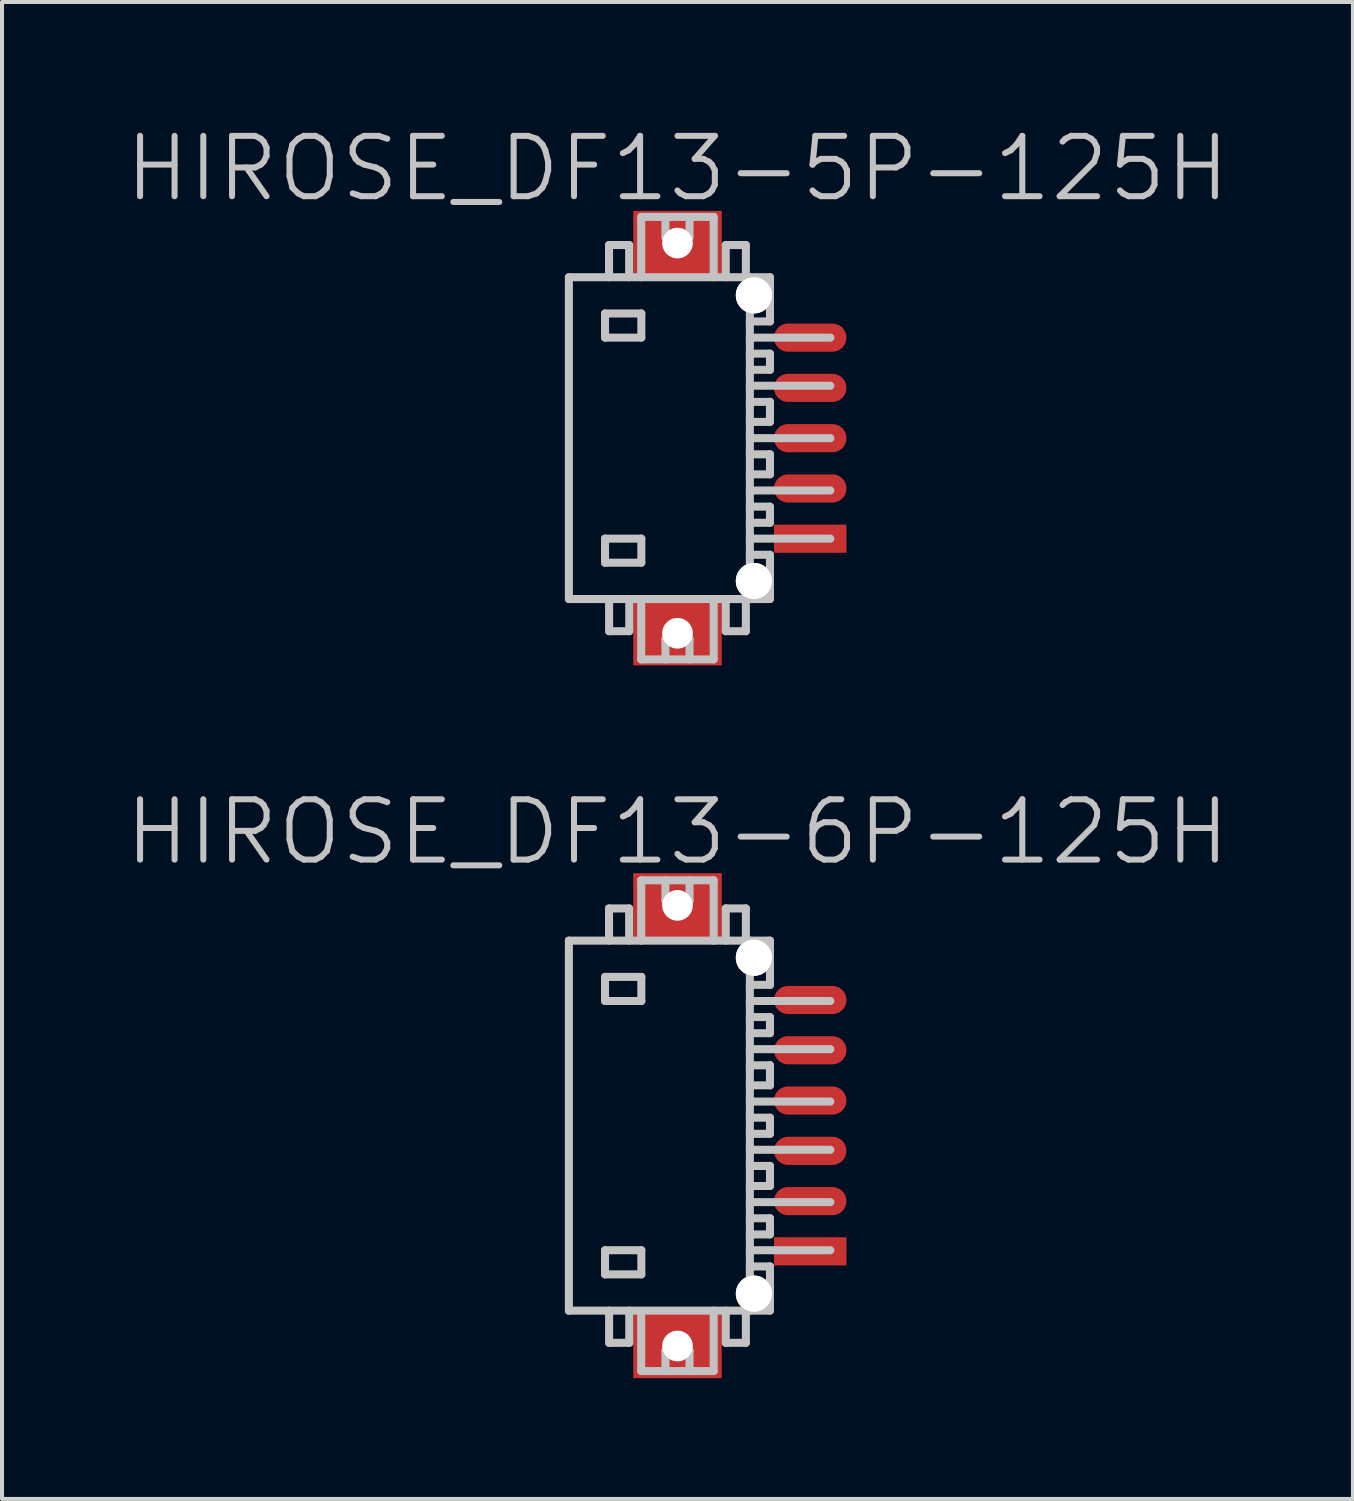
<source format=kicad_pcb>
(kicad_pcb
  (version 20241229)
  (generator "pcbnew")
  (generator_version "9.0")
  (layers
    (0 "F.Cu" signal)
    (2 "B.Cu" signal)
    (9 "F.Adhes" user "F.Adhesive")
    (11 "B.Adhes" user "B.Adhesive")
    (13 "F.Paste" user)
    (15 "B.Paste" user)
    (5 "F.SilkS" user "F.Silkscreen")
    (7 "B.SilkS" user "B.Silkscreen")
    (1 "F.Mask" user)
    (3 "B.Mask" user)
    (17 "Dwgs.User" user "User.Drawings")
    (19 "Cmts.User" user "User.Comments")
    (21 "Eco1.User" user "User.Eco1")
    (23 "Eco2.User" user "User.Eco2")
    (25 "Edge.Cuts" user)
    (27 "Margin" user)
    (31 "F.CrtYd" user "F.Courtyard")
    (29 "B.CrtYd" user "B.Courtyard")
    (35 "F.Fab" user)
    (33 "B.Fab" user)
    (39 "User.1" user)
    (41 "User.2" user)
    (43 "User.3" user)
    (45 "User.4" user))
  (footprint "HIROSE_DF13-6P-125H"
    (layer "F.Cu")
    (at 13.789 24.93)
    (property "Reference" "HIROSE_DF13-6P-125H" (at 0 -7.3 180) (layer "Dwgs.User") (effects (font (size 1.5 1.5) (thickness 0.15))))
    (attr smd)
    (fp_line (start -2.699 -4.6) (end -2.699 4.6) (stroke (width 0.2) (type solid)) (layer "Dwgs.User"))
    (fp_line (start -2.699 -4.6) (end 2.299 -4.6) (stroke (width 0.2) (type solid)) (layer "Dwgs.User"))
    (fp_line (start -1.8 -3.698) (end -1.8 -3.099) (stroke (width 0.2) (type solid)) (layer "Dwgs.User"))
    (fp_line (start -1.8 -3.099) (end -0.898 -3.099) (stroke (width 0.2) (type solid)) (layer "Dwgs.User"))
    (fp_line (start -1.8 3.096) (end -0.898 3.096) (stroke (width 0.2) (type solid)) (layer "Dwgs.User"))
    (fp_line (start -1.8 3.696) (end -1.8 3.096) (stroke (width 0.2) (type solid)) (layer "Dwgs.User"))
    (fp_line (start -1.701 -5.4) (end -1.701 -4.6) (stroke (width 0.2) (type solid)) (layer "Dwgs.User"))
    (fp_line (start -1.699 5.397) (end -1.699 4.597) (stroke (width 0.2) (type solid)) (layer "Dwgs.User"))
    (fp_line (start -1.201 -5.4) (end -1.701 -5.4) (stroke (width 0.2) (type solid)) (layer "Dwgs.User"))
    (fp_line (start -1.201 -4.6) (end -1.201 -5.4) (stroke (width 0.2) (type solid)) (layer "Dwgs.User"))
    (fp_line (start -1.198 4.597) (end -1.198 5.397) (stroke (width 0.2) (type solid)) (layer "Dwgs.User"))
    (fp_line (start -1.198 5.397) (end -1.699 5.397) (stroke (width 0.2) (type solid)) (layer "Dwgs.User"))
    (fp_line (start -0.901 -6.099) (end -0.901 -4.6) (stroke (width 0.2) (type solid)) (layer "Dwgs.User"))
    (fp_line (start -0.901 6.096) (end -0.901 4.696) (stroke (width 0.2) (type solid)) (layer "Dwgs.User"))
    (fp_line (start -0.898 -3.698) (end -1.8 -3.698) (stroke (width 0.2) (type solid)) (layer "Dwgs.User"))
    (fp_line (start -0.898 -3.099) (end -0.898 -3.698) (stroke (width 0.2) (type solid)) (layer "Dwgs.User"))
    (fp_line (start -0.898 3.096) (end -0.898 3.696) (stroke (width 0.2) (type solid)) (layer "Dwgs.User"))
    (fp_line (start -0.898 3.696) (end -1.8 3.696) (stroke (width 0.2) (type solid)) (layer "Dwgs.User"))
    (fp_line (start -0.299 -5.598) (end -0.299 -6.099) (stroke (width 0.2) (type solid)) (layer "Dwgs.User"))
    (fp_line (start -0.299 -5.598) (end 0.3 -5.598) (stroke (width 0.2) (type solid)) (layer "Dwgs.User"))
    (fp_line (start -0.299 5.598) (end 0.3 5.598) (stroke (width 0.2) (type solid)) (layer "Dwgs.User"))
    (fp_line (start -0.299 6.099) (end -0.299 5.598) (stroke (width 0.2) (type solid)) (layer "Dwgs.User"))
    (fp_line (start 0.3 -5.598) (end 0.3 -6.099) (stroke (width 0.2) (type solid)) (layer "Dwgs.User"))
    (fp_line (start 0.3 6.099) (end 0.3 5.598) (stroke (width 0.2) (type solid)) (layer "Dwgs.User"))
    (fp_line (start 0.9 -6.099) (end -0.901 -6.099) (stroke (width 0.2) (type solid)) (layer "Dwgs.User"))
    (fp_line (start 0.9 -4.6) (end 0.9 -6.099) (stroke (width 0.2) (type solid)) (layer "Dwgs.User"))
    (fp_line (start 0.9 6.096) (end 0.9 4.597) (stroke (width 0.2) (type solid)) (layer "Dwgs.User"))
    (fp_line (start 0.9 6.099) (end -0.901 6.099) (stroke (width 0.2) (type solid)) (layer "Dwgs.User"))
    (fp_line (start 1.2 -4.6) (end 1.2 -5.4) (stroke (width 0.2) (type solid)) (layer "Dwgs.User"))
    (fp_line (start 1.2 5.397) (end 1.2 4.597) (stroke (width 0.2) (type solid)) (layer "Dwgs.User"))
    (fp_line (start 1.7 -5.4) (end 1.2 -5.4) (stroke (width 0.2) (type solid)) (layer "Dwgs.User"))
    (fp_line (start 1.7 -5.4) (end 1.7 -4.6) (stroke (width 0.2) (type solid)) (layer "Dwgs.User"))
    (fp_line (start 1.7 4.597) (end 1.7 5.397) (stroke (width 0.2) (type solid)) (layer "Dwgs.User"))
    (fp_line (start 1.7 5.397) (end 1.2 5.397) (stroke (width 0.2) (type solid)) (layer "Dwgs.User"))
    (fp_line (start 1.799 -1.902) (end 3.8 -1.902) (stroke (width 0.2) (type solid)) (layer "Dwgs.User"))
    (fp_line (start 1.799 -1.501) (end 2.299 -1.501) (stroke (width 0.2) (type solid)) (layer "Dwgs.User"))
    (fp_line (start 1.799 -0.599) (end 3.8 -0.599) (stroke (width 0.2) (type solid)) (layer "Dwgs.User"))
    (fp_line (start 1.799 0.599) (end 3.8 0.599) (stroke (width 0.2) (type solid)) (layer "Dwgs.User"))
    (fp_line (start 1.799 1.001) (end 2.299 1.001) (stroke (width 0.2) (type solid)) (layer "Dwgs.User"))
    (fp_line (start 1.799 1.9) (end 3.8 1.9) (stroke (width 0.2) (type solid)) (layer "Dwgs.User"))
    (fp_line (start 1.799 3.096) (end 3.8 3.096) (stroke (width 0.2) (type solid)) (layer "Dwgs.User"))
    (fp_line (start 1.799 4.6) (end 1.799 -4.6) (stroke (width 0.2) (type solid)) (layer "Dwgs.User"))
    (fp_line (start 2.299 -3.5) (end 1.799 -3.5) (stroke (width 0.2) (type solid)) (layer "Dwgs.User"))
    (fp_line (start 2.299 -3.5) (end 2.299 -4.6) (stroke (width 0.2) (type solid)) (layer "Dwgs.User"))
    (fp_line (start 2.299 -2.7) (end 1.799 -2.7) (stroke (width 0.2) (type solid)) (layer "Dwgs.User"))
    (fp_line (start 2.299 -2.299) (end 1.799 -2.299) (stroke (width 0.2) (type solid)) (layer "Dwgs.User"))
    (fp_line (start 2.299 -2.299) (end 2.299 -2.7) (stroke (width 0.2) (type solid)) (layer "Dwgs.User"))
    (fp_line (start 2.299 -1.504) (end 2.299 -1.003) (stroke (width 0.2) (type solid)) (layer "Dwgs.User"))
    (fp_line (start 2.299 -1.003) (end 1.799 -1.003) (stroke (width 0.2) (type solid)) (layer "Dwgs.User"))
    (fp_line (start 2.299 -0.198) (end 1.799 -0.198) (stroke (width 0.2) (type solid)) (layer "Dwgs.User"))
    (fp_line (start 2.299 0.203) (end 1.799 0.203) (stroke (width 0.2) (type solid)) (layer "Dwgs.User"))
    (fp_line (start 2.299 0.203) (end 2.299 -0.198) (stroke (width 0.2) (type solid)) (layer "Dwgs.User"))
    (fp_line (start 2.299 0.998) (end 2.299 1.499) (stroke (width 0.2) (type solid)) (layer "Dwgs.User"))
    (fp_line (start 2.299 1.499) (end 1.799 1.499) (stroke (width 0.2) (type solid)) (layer "Dwgs.User"))
    (fp_line (start 2.299 2.301) (end 1.799 2.301) (stroke (width 0.2) (type solid)) (layer "Dwgs.User"))
    (fp_line (start 2.299 2.703) (end 1.799 2.703) (stroke (width 0.2) (type solid)) (layer "Dwgs.User"))
    (fp_line (start 2.299 2.703) (end 2.299 2.301) (stroke (width 0.2) (type solid)) (layer "Dwgs.User"))
    (fp_line (start 2.299 3.498) (end 1.799 3.498) (stroke (width 0.2) (type solid)) (layer "Dwgs.User"))
    (fp_line (start 2.299 4.597) (end -2.699 4.597) (stroke (width 0.2) (type solid)) (layer "Dwgs.User"))
    (fp_line (start 2.299 4.597) (end 2.299 3.498) (stroke (width 0.2) (type solid)) (layer "Dwgs.User"))
    (fp_line (start 3.8 -3.099) (end 1.799 -3.099) (stroke (width 0.2) (type solid)) (layer "Dwgs.User"))
    (pad "" np_thru_hole rect (at 0.001 -5.476 270) (size 1.6 2.2) (drill 0.762) (layers "F.Cu" "F.Mask" "F.Paste"))
    (pad "" np_thru_hole rect (at 0.001 5.476 270) (size 1.6 2.2) (drill 0.762) (layers "F.Cu" "F.Mask" "F.Paste"))
    (pad "" np_thru_hole circle (at 1.901 -4.176 270) (size 0.9 0.9) (drill 0.899) (layers "*.Cu" "*.Mask" "F.SilkS"))
    (pad "" np_thru_hole circle (at 1.901 4.176 270) (size 0.9 0.9) (drill 0.899) (layers "*.Cu" "*.Mask" "F.SilkS"))
    (pad "1" smd rect (at 3.3 3.124 270) (size 0.7 1.8) (layers "F.Cu" "F.Mask" "F.Paste"))
    (pad "2" smd oval (at 3.3 1.875 270) (size 0.7 1.8) (layers "F.Cu" "F.Mask" "F.Paste"))
    (pad "3" smd oval (at 3.3 0.625 270) (size 0.7 1.8) (layers "F.Cu" "F.Mask" "F.Paste"))
    (pad "4" smd oval (at 3.3 -0.625 270) (size 0.7 1.8) (layers "F.Cu" "F.Mask" "F.Paste"))
    (pad "5" smd oval (at 3.3 -1.875 270) (size 0.7 1.8) (layers "F.Cu" "F.Mask" "F.Paste"))
    (pad "6" smd oval (at 3.3 -3.124 270) (size 0.7 1.8) (layers "F.Cu" "F.Mask" "F.Paste")))
  (footprint "HIROSE_DF13-5P-125H"
    (layer "F.Cu")
    (at 13.789 7.841)
    (property "Reference" "HIROSE_DF13-5P-125H" (at 0 -6.7 180) (layer "Dwgs.User") (effects (font (size 1.5 1.5) (thickness 0.15))))
    (attr smd)
    (fp_line (start -2.699 -4) (end -2.699 4) (stroke (width 0.2) (type solid)) (layer "Dwgs.User"))
    (fp_line (start -2.699 -4) (end 2.299 -4) (stroke (width 0.2) (type solid)) (layer "Dwgs.User"))
    (fp_line (start -1.8 -3.099) (end -1.8 -2.499) (stroke (width 0.2) (type solid)) (layer "Dwgs.User"))
    (fp_line (start -1.8 -2.499) (end -0.898 -2.499) (stroke (width 0.2) (type solid)) (layer "Dwgs.User"))
    (fp_line (start -1.8 2.497) (end -0.898 2.497) (stroke (width 0.2) (type solid)) (layer "Dwgs.User"))
    (fp_line (start -1.8 3.096) (end -1.8 2.497) (stroke (width 0.2) (type solid)) (layer "Dwgs.User"))
    (fp_line (start -1.701 -4.801) (end -1.701 -4) (stroke (width 0.2) (type solid)) (layer "Dwgs.User"))
    (fp_line (start -1.699 4.798) (end -1.699 3.998) (stroke (width 0.2) (type solid)) (layer "Dwgs.User"))
    (fp_line (start -1.201 -4.801) (end -1.701 -4.801) (stroke (width 0.2) (type solid)) (layer "Dwgs.User"))
    (fp_line (start -1.201 -4) (end -1.201 -4.801) (stroke (width 0.2) (type solid)) (layer "Dwgs.User"))
    (fp_line (start -1.198 3.998) (end -1.198 4.798) (stroke (width 0.2) (type solid)) (layer "Dwgs.User"))
    (fp_line (start -1.198 4.798) (end -1.699 4.798) (stroke (width 0.2) (type solid)) (layer "Dwgs.User"))
    (fp_line (start -0.901 -5.499) (end -0.901 -4) (stroke (width 0.2) (type solid)) (layer "Dwgs.User"))
    (fp_line (start -0.901 5.497) (end -0.901 4.097) (stroke (width 0.2) (type solid)) (layer "Dwgs.User"))
    (fp_line (start -0.898 -3.099) (end -1.8 -3.099) (stroke (width 0.2) (type solid)) (layer "Dwgs.User"))
    (fp_line (start -0.898 -2.499) (end -0.898 -3.099) (stroke (width 0.2) (type solid)) (layer "Dwgs.User"))
    (fp_line (start -0.898 2.497) (end -0.898 3.096) (stroke (width 0.2) (type solid)) (layer "Dwgs.User"))
    (fp_line (start -0.898 3.096) (end -1.8 3.096) (stroke (width 0.2) (type solid)) (layer "Dwgs.User"))
    (fp_line (start -0.299 -4.999) (end -0.299 -5.499) (stroke (width 0.2) (type solid)) (layer "Dwgs.User"))
    (fp_line (start -0.299 -4.999) (end 0.3 -4.999) (stroke (width 0.2) (type solid)) (layer "Dwgs.User"))
    (fp_line (start -0.299 4.999) (end 0.3 4.999) (stroke (width 0.2) (type solid)) (layer "Dwgs.User"))
    (fp_line (start -0.299 5.499) (end -0.299 4.999) (stroke (width 0.2) (type solid)) (layer "Dwgs.User"))
    (fp_line (start 0.3 -4.999) (end 0.3 -5.499) (stroke (width 0.2) (type solid)) (layer "Dwgs.User"))
    (fp_line (start 0.3 5.499) (end 0.3 4.999) (stroke (width 0.2) (type solid)) (layer "Dwgs.User"))
    (fp_line (start 0.9 -5.499) (end -0.901 -5.499) (stroke (width 0.2) (type solid)) (layer "Dwgs.User"))
    (fp_line (start 0.9 -4) (end 0.9 -5.499) (stroke (width 0.2) (type solid)) (layer "Dwgs.User"))
    (fp_line (start 0.9 5.497) (end 0.9 3.998) (stroke (width 0.2) (type solid)) (layer "Dwgs.User"))
    (fp_line (start 0.9 5.499) (end -0.901 5.499) (stroke (width 0.2) (type solid)) (layer "Dwgs.User"))
    (fp_line (start 1.2 -4) (end 1.2 -4.801) (stroke (width 0.2) (type solid)) (layer "Dwgs.User"))
    (fp_line (start 1.2 4.798) (end 1.2 3.998) (stroke (width 0.2) (type solid)) (layer "Dwgs.User"))
    (fp_line (start 1.7 -4.801) (end 1.2 -4.801) (stroke (width 0.2) (type solid)) (layer "Dwgs.User"))
    (fp_line (start 1.7 -4.801) (end 1.7 -4) (stroke (width 0.2) (type solid)) (layer "Dwgs.User"))
    (fp_line (start 1.7 3.998) (end 1.7 4.798) (stroke (width 0.2) (type solid)) (layer "Dwgs.User"))
    (fp_line (start 1.7 4.798) (end 1.2 4.798) (stroke (width 0.2) (type solid)) (layer "Dwgs.User"))
    (fp_line (start 1.799 -1.303) (end 3.8 -1.303) (stroke (width 0.2) (type solid)) (layer "Dwgs.User"))
    (fp_line (start 1.799 -0.902) (end 2.299 -0.902) (stroke (width 0.2) (type solid)) (layer "Dwgs.User"))
    (fp_line (start 1.799 0) (end 3.8 0) (stroke (width 0.2) (type solid)) (layer "Dwgs.User"))
    (fp_line (start 1.799 0.401) (end 2.299 0.401) (stroke (width 0.2) (type solid)) (layer "Dwgs.User"))
    (fp_line (start 1.799 1.3) (end 3.8 1.3) (stroke (width 0.2) (type solid)) (layer "Dwgs.User"))
    (fp_line (start 1.799 2.497) (end 3.8 2.497) (stroke (width 0.2) (type solid)) (layer "Dwgs.User"))
    (fp_line (start 1.799 4) (end 1.799 -4) (stroke (width 0.2) (type solid)) (layer "Dwgs.User"))
    (fp_line (start 2.299 -2.901) (end 1.799 -2.901) (stroke (width 0.2) (type solid)) (layer "Dwgs.User"))
    (fp_line (start 2.299 -2.901) (end 2.299 -4) (stroke (width 0.2) (type solid)) (layer "Dwgs.User"))
    (fp_line (start 2.299 -2.101) (end 1.799 -2.101) (stroke (width 0.2) (type solid)) (layer "Dwgs.User"))
    (fp_line (start 2.299 -1.699) (end 1.799 -1.699) (stroke (width 0.2) (type solid)) (layer "Dwgs.User"))
    (fp_line (start 2.299 -1.699) (end 2.299 -2.101) (stroke (width 0.2) (type solid)) (layer "Dwgs.User"))
    (fp_line (start 2.299 -0.904) (end 2.299 -0.404) (stroke (width 0.2) (type solid)) (layer "Dwgs.User"))
    (fp_line (start 2.299 -0.404) (end 1.799 -0.404) (stroke (width 0.2) (type solid)) (layer "Dwgs.User"))
    (fp_line (start 2.299 0.399) (end 2.299 0.899) (stroke (width 0.2) (type solid)) (layer "Dwgs.User"))
    (fp_line (start 2.299 0.899) (end 1.799 0.899) (stroke (width 0.2) (type solid)) (layer "Dwgs.User"))
    (fp_line (start 2.299 1.702) (end 1.799 1.702) (stroke (width 0.2) (type solid)) (layer "Dwgs.User"))
    (fp_line (start 2.299 2.103) (end 1.799 2.103) (stroke (width 0.2) (type solid)) (layer "Dwgs.User"))
    (fp_line (start 2.299 2.103) (end 2.299 1.702) (stroke (width 0.2) (type solid)) (layer "Dwgs.User"))
    (fp_line (start 2.299 2.898) (end 1.799 2.898) (stroke (width 0.2) (type solid)) (layer "Dwgs.User"))
    (fp_line (start 2.299 3.998) (end -2.699 3.998) (stroke (width 0.2) (type solid)) (layer "Dwgs.User"))
    (fp_line (start 2.299 3.998) (end 2.299 2.898) (stroke (width 0.2) (type solid)) (layer "Dwgs.User"))
    (fp_line (start 3.8 -2.499) (end 1.799 -2.499) (stroke (width 0.2) (type solid)) (layer "Dwgs.User"))
    (pad "" np_thru_hole rect (at 0.001 -4.849 270) (size 1.6 2.2) (drill 0.762) (layers "F.Cu" "F.Mask" "F.Paste"))
    (pad "" np_thru_hole rect (at 0.001 4.849 270) (size 1.6 2.2) (drill 0.762) (layers "F.Cu" "F.Mask" "F.Paste"))
    (pad "" np_thru_hole circle (at 1.901 -3.551 270) (size 0.9 0.9) (drill 0.899) (layers "*.Cu" "*.Mask" "F.SilkS"))
    (pad "" np_thru_hole circle (at 1.901 3.551 270) (size 0.9 0.9) (drill 0.899) (layers "*.Cu" "*.Mask" "F.SilkS"))
    (pad "1" smd rect (at 3.3 2.499 270) (size 0.7 1.8) (layers "F.Cu" "F.Mask" "F.Paste"))
    (pad "2" smd oval (at 3.3 1.25 270) (size 0.7 1.8) (layers "F.Cu" "F.Mask" "F.Paste"))
    (pad "3" smd oval (at 3.3 0 270) (size 0.7 1.8) (layers "F.Cu" "F.Mask" "F.Paste"))
    (pad "4" smd oval (at 3.3 -1.25 270) (size 0.7 1.8) (layers "F.Cu" "F.Mask" "F.Paste"))
    (pad "5" smd oval (at 3.3 -2.499 270) (size 0.7 1.8) (layers "F.Cu" "F.Mask" "F.Paste")))
  (gr_rect
    (start -3 -3)
    (end 30.579 34.207)
    (stroke (width 0.1) (type default))
    (fill no)
    (layer "Edge.Cuts")))
</source>
